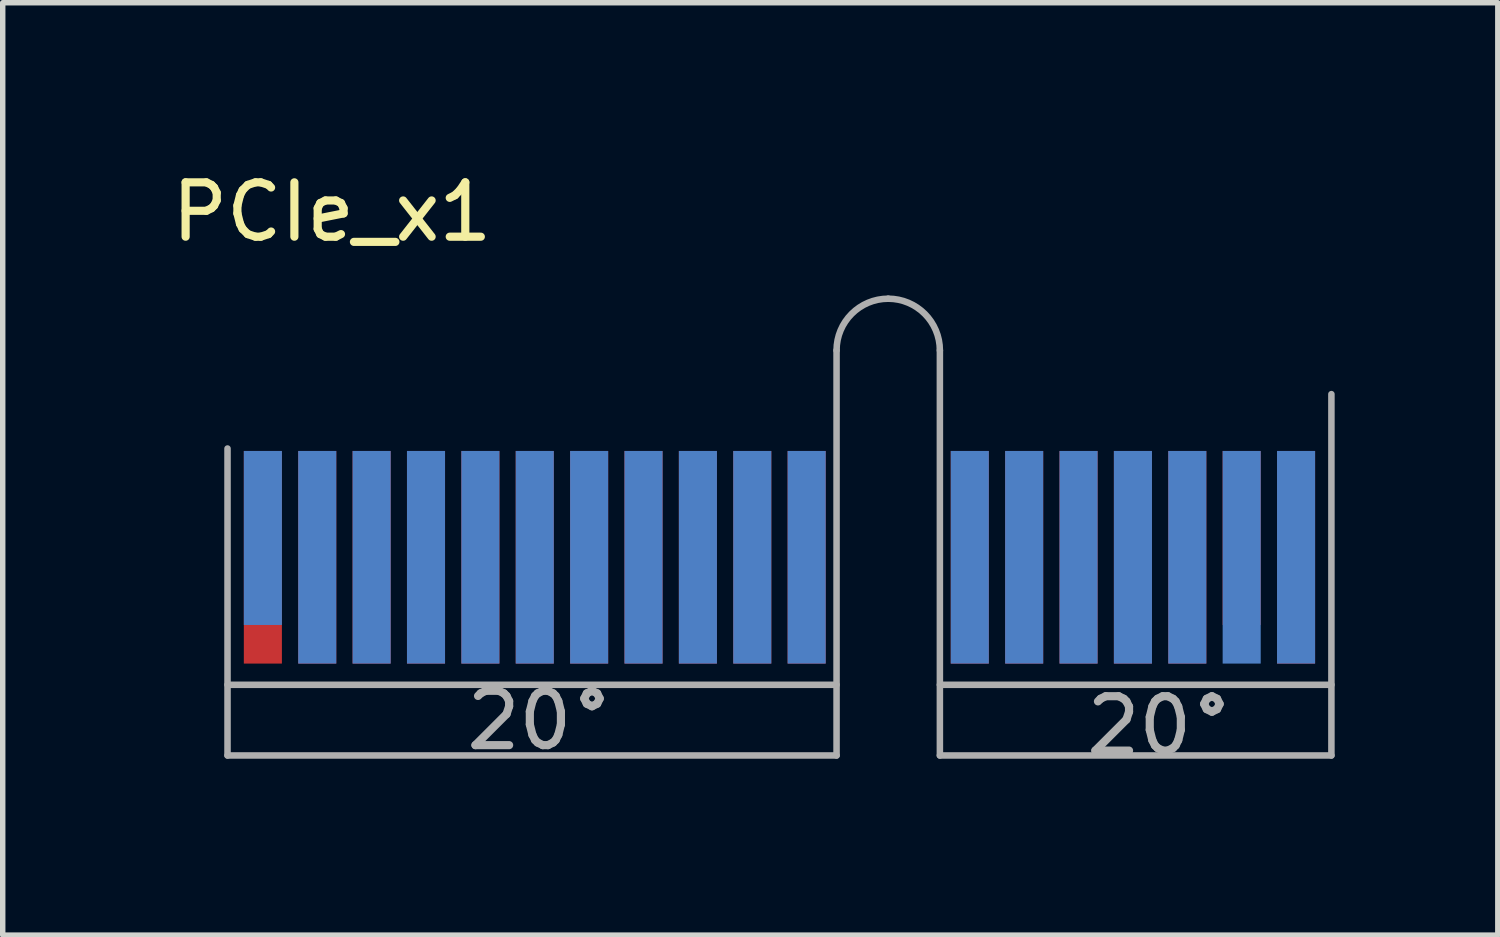
<source format=kicad_pcb>
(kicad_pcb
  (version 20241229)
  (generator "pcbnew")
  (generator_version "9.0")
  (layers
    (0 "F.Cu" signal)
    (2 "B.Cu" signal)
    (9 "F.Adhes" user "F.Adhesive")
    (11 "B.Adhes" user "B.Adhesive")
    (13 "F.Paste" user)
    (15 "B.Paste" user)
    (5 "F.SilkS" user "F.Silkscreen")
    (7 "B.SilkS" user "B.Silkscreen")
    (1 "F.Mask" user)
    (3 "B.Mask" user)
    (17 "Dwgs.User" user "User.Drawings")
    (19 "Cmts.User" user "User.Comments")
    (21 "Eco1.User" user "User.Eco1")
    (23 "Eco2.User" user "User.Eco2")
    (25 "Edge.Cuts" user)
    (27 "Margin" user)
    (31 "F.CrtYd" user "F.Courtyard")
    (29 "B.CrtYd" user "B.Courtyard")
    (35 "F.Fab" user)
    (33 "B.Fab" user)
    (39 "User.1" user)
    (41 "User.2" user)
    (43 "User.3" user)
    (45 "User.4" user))
  (footprint "PCIe_x1"
    (layer "F.Cu")
    (at 1.784 7.198)
    (property "Reference" "PCIe_x1" (at 1.27 -6.35 0) (layer "F.SilkS") (effects (font (size 1 1) (thickness 0.15))))
    (attr through_hole)
    (fp_line (start -0.65 -2) (end -0.65 3.645) (stroke (width 0.12) (type solid)) (layer "F.Fab"))
    (fp_line (start -0.65 2.345) (end 10.55 2.345) (stroke (width 0.12) (type solid)) (layer "F.Fab"))
    (fp_line (start -0.65 3.645) (end 10.55 3.645) (stroke (width 0.12) (type solid)) (layer "F.Fab"))
    (fp_line (start 10.55 3.645) (end 10.55 -3.805) (stroke (width 0.12) (type solid)) (layer "F.Fab"))
    (fp_line (start 12.45 -3.805) (end 12.45 3.645) (stroke (width 0.12) (type solid)) (layer "F.Fab"))
    (fp_line (start 12.45 2.345) (end 19.65 2.345) (stroke (width 0.12) (type solid)) (layer "F.Fab"))
    (fp_line (start 12.45 3.645) (end 19.65 3.645) (stroke (width 0.12) (type solid)) (layer "F.Fab"))
    (fp_line (start 19.65 3.645) (end 19.65 -3) (stroke (width 0.12) (type solid)) (layer "F.Fab"))
    (fp_arc (start 10.55 -3.805) (mid 10.828249 -4.476751) (end 11.5 -4.755) (stroke (width 0.12) (type solid)) (layer "F.Fab"))
    (fp_arc (start 11.5 -4.755) (mid 12.171751 -4.476751) (end 12.45 -3.805) (stroke (width 0.12) (type solid)) (layer "F.Fab"))
    (fp_text user "20°" (at 5.1 3 0) (layer "F.Fab") (effects (font (size 1 1) (thickness 0.15))))
    (fp_text user "20°" (at 16.5 3.1 0) (layer "F.Fab") (effects (font (size 1 1) (thickness 0.15))))
    (pad "A1" smd rect (at 0 -0.355) (size 0.7 3.2) (layers "F.Mask" "B.Cu" "F.Paste"))
    (pad "A2" smd rect (at 1 0) (size 0.7 3.91) (layers "F.Mask" "B.Cu" "F.Paste"))
    (pad "A3" smd rect (at 2 0) (size 0.7 3.91) (layers "F.Mask" "B.Cu" "F.Paste"))
    (pad "A4" smd rect (at 3 0) (size 0.7 3.91) (layers "F.Mask" "B.Cu" "F.Paste"))
    (pad "A5" smd rect (at 4 0) (size 0.7 3.91) (layers "F.Mask" "B.Cu" "F.Paste"))
    (pad "A6" smd rect (at 5 0) (size 0.7 3.91) (layers "F.Mask" "B.Cu" "F.Paste"))
    (pad "A7" smd rect (at 6 0) (size 0.7 3.91) (layers "F.Mask" "B.Cu" "F.Paste"))
    (pad "A8" smd rect (at 7 0) (size 0.7 3.91) (layers "F.Mask" "B.Cu" "F.Paste"))
    (pad "A9" smd rect (at 8 0) (size 0.7 3.91) (layers "F.Mask" "B.Cu" "F.Paste"))
    (pad "A10" smd rect (at 9 0) (size 0.7 3.91) (layers "F.Mask" "B.Cu" "F.Paste"))
    (pad "A11" smd rect (at 10 0) (size 0.7 3.91) (layers "F.Mask" "B.Cu" "F.Paste"))
    (pad "A12" smd rect (at 13 0) (size 0.7 3.91) (layers "F.Mask" "B.Cu" "F.Paste"))
    (pad "A13" smd rect (at 14 0) (size 0.7 3.91) (layers "F.Mask" "B.Cu" "F.Paste"))
    (pad "A14" smd rect (at 15 0) (size 0.7 3.91) (layers "F.Mask" "B.Cu" "F.Paste"))
    (pad "A15" smd rect (at 16 0) (size 0.7 3.91) (layers "F.Mask" "B.Cu" "F.Paste"))
    (pad "A16" smd rect (at 17 0) (size 0.7 3.91) (layers "F.Mask" "B.Cu" "F.Paste"))
    (pad "A17" smd rect (at 18 0) (size 0.7 3.91) (layers "F.Mask" "B.Cu" "F.Paste"))
    (pad "A18" smd rect (at 19 0) (size 0.7 3.91) (layers "F.Mask" "B.Cu" "F.Paste"))
    (pad "B1" smd rect (at 0 0) (size 0.7 3.91) (layers "F.Cu" "F.Mask" "F.Paste"))
    (pad "B2" smd rect (at 1 0) (size 0.7 3.91) (layers "F.Cu" "F.Mask" "F.Paste"))
    (pad "B3" smd rect (at 2 0) (size 0.7 3.91) (layers "F.Cu" "F.Mask" "F.Paste"))
    (pad "B4" smd rect (at 3 0) (size 0.7 3.91) (layers "F.Cu" "F.Mask" "F.Paste"))
    (pad "B5" smd rect (at 4 0) (size 0.7 3.91) (layers "F.Cu" "F.Mask" "F.Paste"))
    (pad "B6" smd rect (at 5 0) (size 0.7 3.91) (layers "F.Cu" "F.Mask" "F.Paste"))
    (pad "B7" smd rect (at 6 0) (size 0.7 3.91) (layers "F.Cu" "F.Mask" "F.Paste"))
    (pad "B8" smd rect (at 7 0) (size 0.7 3.91) (layers "F.Cu" "F.Mask" "F.Paste"))
    (pad "B9" smd rect (at 8 0) (size 0.7 3.91) (layers "F.Cu" "F.Mask" "F.Paste"))
    (pad "B10" smd rect (at 9 0) (size 0.7 3.91) (layers "F.Cu" "F.Mask" "F.Paste"))
    (pad "B11" smd rect (at 10 0) (size 0.7 3.91) (layers "F.Cu" "F.Mask" "F.Paste"))
    (pad "B12" smd rect (at 13 0) (size 0.7 3.91) (layers "F.Cu" "F.Mask" "F.Paste"))
    (pad "B13" smd rect (at 14 0) (size 0.7 3.91) (layers "F.Cu" "F.Mask" "F.Paste"))
    (pad "B14" smd rect (at 15 0) (size 0.7 3.91) (layers "F.Cu" "F.Mask" "F.Paste"))
    (pad "B15" smd rect (at 16 0) (size 0.7 3.91) (layers "F.Cu" "F.Mask" "F.Paste"))
    (pad "B16" smd rect (at 17 0) (size 0.7 3.91) (layers "F.Cu" "F.Mask" "F.Paste"))
    (pad "B17" smd rect (at 18 -0.355) (size 0.7 3.2) (layers "F.Cu" "F.Mask" "F.Paste"))
    (pad "B18" smd rect (at 19 0) (size 0.7 3.91) (layers "F.Cu" "F.Mask" "F.Paste")))
  (gr_rect
    (start -3 -3)
    (end 24.494 14.146)
    (stroke (width 0.1) (type default))
    (fill no)
    (layer "Edge.Cuts")))
</source>
